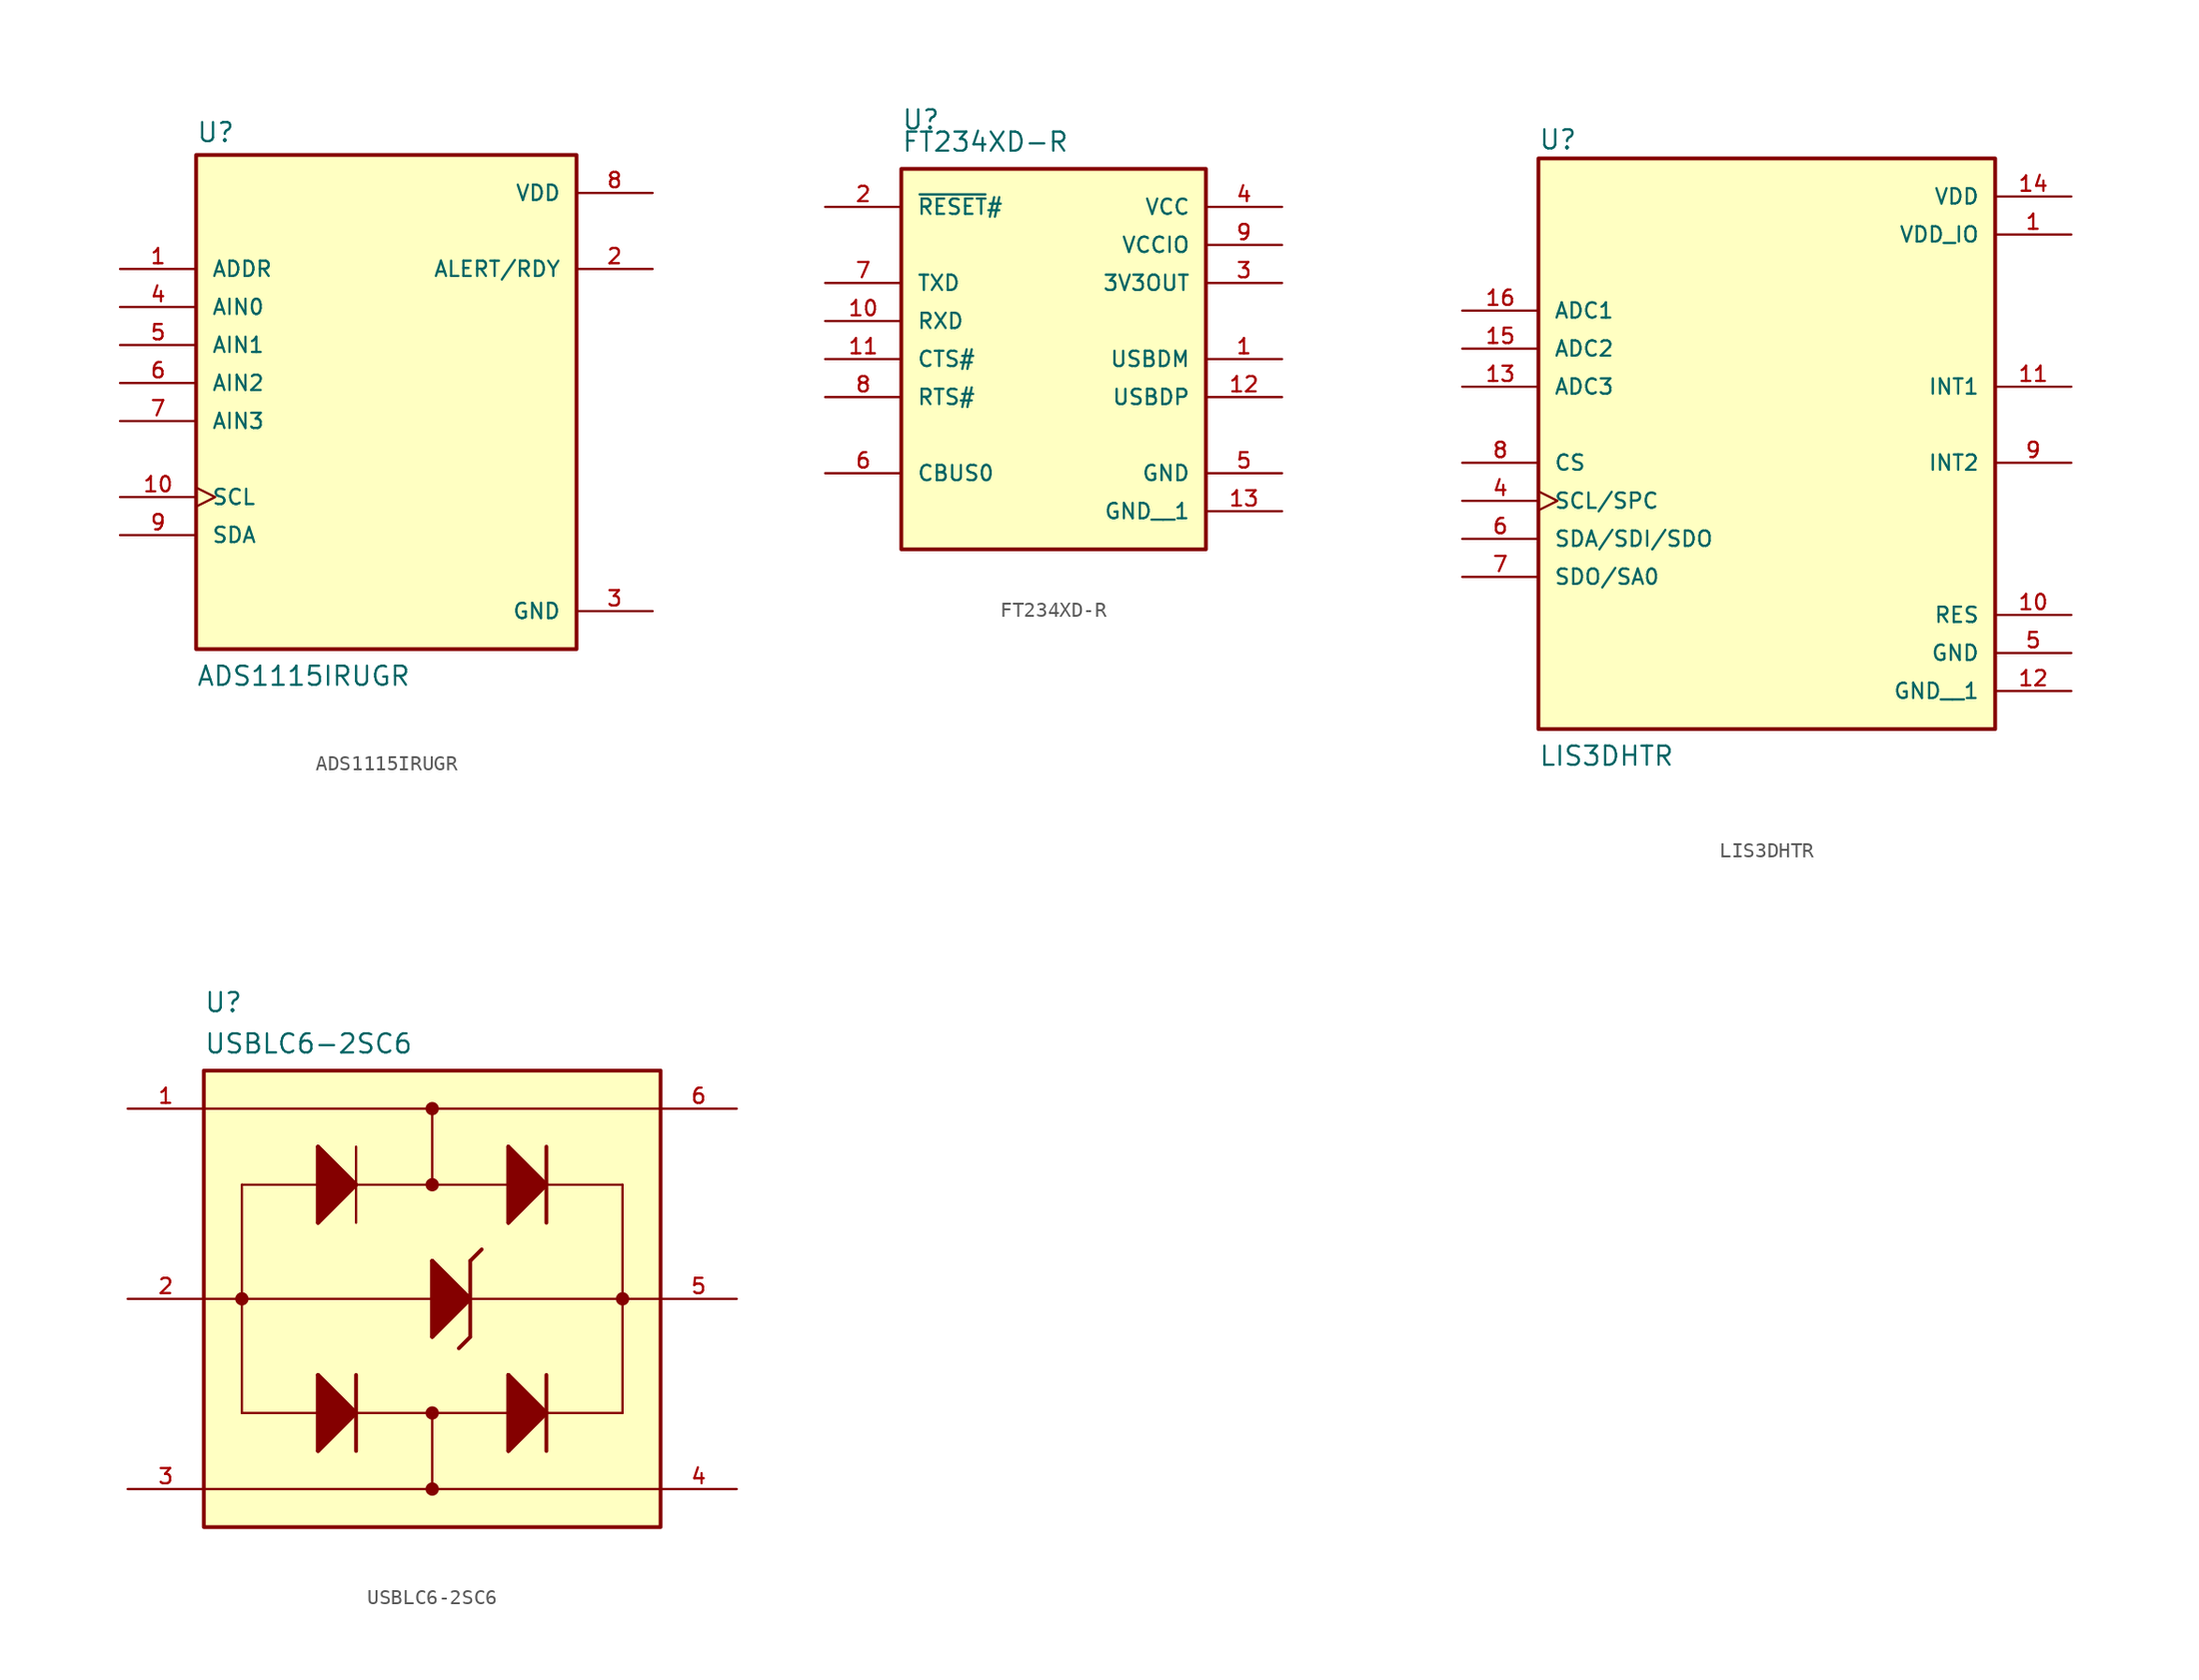
<source format=kicad_sym>
(kicad_symbol_lib
  (version 20220914)
  (generator kicad_symbol_editor)
  (symbol "ADS1115IRUGR"
    (pin_names
      (offset 1.016))
    (property "Reference" "U"
      (at -12.7 18.542 0)
      (effects (font (size 1.27 1.27)) (justify left bottom)))
    (property "Value" "ADS1115IRUGR"
      (at -12.7 -17.78 0)
      (effects (font (size 1.27 1.27)) (justify left bottom)))
    (symbol "ADS1115IRUGR_0_0"
      (rectangle (start -12.7 17.78) (end 12.7 -15.24) (stroke (width 0.254) (type default)) (fill (type background)))
      (pin input line (at -17.78 10.16 0) (length 5.08) (name "ADDR" (effects (font (size 1.016 1.016)))) (number "1" (effects (font (size 1.016 1.016)))))
      (pin input clock (at -17.78 -5.08 0) (length 5.08) (name "SCL" (effects (font (size 1.016 1.016)))) (number "10" (effects (font (size 1.016 1.016)))))
      (pin output line (at 17.78 10.16 180) (length 5.08) (name "ALERT/RDY" (effects (font (size 1.016 1.016)))) (number "2" (effects (font (size 1.016 1.016)))))
      (pin power_in line (at 17.78 -12.7 180) (length 5.08) (name "GND" (effects (font (size 1.016 1.016)))) (number "3" (effects (font (size 1.016 1.016)))))
      (pin input line (at -17.78 7.62 0) (length 5.08) (name "AIN0" (effects (font (size 1.016 1.016)))) (number "4" (effects (font (size 1.016 1.016)))))
      (pin input line (at -17.78 5.08 0) (length 5.08) (name "AIN1" (effects (font (size 1.016 1.016)))) (number "5" (effects (font (size 1.016 1.016)))))
      (pin input line (at -17.78 2.54 0) (length 5.08) (name "AIN2" (effects (font (size 1.016 1.016)))) (number "6" (effects (font (size 1.016 1.016)))))
      (pin input line (at -17.78 0 0) (length 5.08) (name "AIN3" (effects (font (size 1.016 1.016)))) (number "7" (effects (font (size 1.016 1.016)))))
      (pin power_in line (at 17.78 15.24 180) (length 5.08) (name "VDD" (effects (font (size 1.016 1.016)))) (number "8" (effects (font (size 1.016 1.016)))))
      (pin bidirectional line (at -17.78 -7.62 0) (length 5.08) (name "SDA" (effects (font (size 1.016 1.016)))) (number "9" (effects (font (size 1.016 1.016)))))))
  (symbol "FT234XD-R"
    (pin_names
      (offset 1.016))
    (property "Reference" "U"
      (at -10.16 15.24 0)
      (effects (font (size 1.27 1.27)) (justify left bottom)))
    (property "Value" "FT234XD-R"
      (at -10.16 15.24 0)
      (effects (font (size 1.27 1.27)) (justify left top)))
    (symbol "FT234XD-R_0_0"
      (rectangle (start -10.16 12.7) (end 10.16 -12.7) (stroke (width 0.254) (type default)) (fill (type background)))
      (pin bidirectional line (at 15.24 0 180) (length 5.08) (name "USBDM" (effects (font (size 1.016 1.016)))) (number "1" (effects (font (size 1.016 1.016)))))
      (pin input line (at -15.24 2.54 0) (length 5.08) (name "RXD" (effects (font (size 1.016 1.016)))) (number "10" (effects (font (size 1.016 1.016)))))
      (pin input line (at -15.24 0 0) (length 5.08) (name "CTS#" (effects (font (size 1.016 1.016)))) (number "11" (effects (font (size 1.016 1.016)))))
      (pin bidirectional line (at 15.24 -2.54 180) (length 5.08) (name "USBDP" (effects (font (size 1.016 1.016)))) (number "12" (effects (font (size 1.016 1.016)))))
      (pin power_in line (at 15.24 -10.16 180) (length 5.08) (name "GND__1" (effects (font (size 1.016 1.016)))) (number "13" (effects (font (size 1.016 1.016)))))
      (pin input line (at -15.24 10.16 0) (length 5.08) (name "~{RESET}#" (effects (font (size 1.016 1.016)))) (number "2" (effects (font (size 1.016 1.016)))))
      (pin output line (at 15.24 5.08 180) (length 5.08) (name "3V3OUT" (effects (font (size 1.016 1.016)))) (number "3" (effects (font (size 1.016 1.016)))))
      (pin power_in line (at 15.24 10.16 180) (length 5.08) (name "VCC" (effects (font (size 1.016 1.016)))) (number "4" (effects (font (size 1.016 1.016)))))
      (pin power_in line (at 15.24 -7.62 180) (length 5.08) (name "GND" (effects (font (size 1.016 1.016)))) (number "5" (effects (font (size 1.016 1.016)))))
      (pin bidirectional line (at -15.24 -7.62 0) (length 5.08) (name "CBUS0" (effects (font (size 1.016 1.016)))) (number "6" (effects (font (size 1.016 1.016)))))
      (pin output line (at -15.24 5.08 0) (length 5.08) (name "TXD" (effects (font (size 1.016 1.016)))) (number "7" (effects (font (size 1.016 1.016)))))
      (pin output line (at -15.24 -2.54 0) (length 5.08) (name "RTS#" (effects (font (size 1.016 1.016)))) (number "8" (effects (font (size 1.016 1.016)))))
      (pin power_in line (at 15.24 7.62 180) (length 5.08) (name "VCCIO" (effects (font (size 1.016 1.016)))) (number "9" (effects (font (size 1.016 1.016)))))))
  (symbol "LIS3DHTR"
    (pin_names
      (offset 1.016))
    (property "Reference" "U"
      (at -15.246 18.294 0)
      (effects (font (size 1.27 1.27)) (justify left bottom)))
    (property "Value" "LIS3DHTR"
      (at -15.241 -22.861 0)
      (effects (font (size 1.27 1.27)) (justify left bottom)))
    (symbol "LIS3DHTR_0_0"
      (rectangle (start -15.24 17.78) (end 15.24 -20.32) (stroke (width 0.254) (type default)) (fill (type background)))
      (pin power_in line (at 20.32 12.7 180) (length 5.08) (name "VDD_IO" (effects (font (size 1.016 1.016)))) (number "1" (effects (font (size 1.016 1.016)))))
      (pin passive line (at 20.32 -12.7 180) (length 5.08) (name "RES" (effects (font (size 1.016 1.016)))) (number "10" (effects (font (size 1.016 1.016)))))
      (pin output line (at 20.32 2.54 180) (length 5.08) (name "INT1" (effects (font (size 1.016 1.016)))) (number "11" (effects (font (size 1.016 1.016)))))
      (pin power_in line (at 20.32 -17.78 180) (length 5.08) (name "GND__1" (effects (font (size 1.016 1.016)))) (number "12" (effects (font (size 1.016 1.016)))))
      (pin input line (at -20.32 2.54 0) (length 5.08) (name "ADC3" (effects (font (size 1.016 1.016)))) (number "13" (effects (font (size 1.016 1.016)))))
      (pin power_in line (at 20.32 15.24 180) (length 5.08) (name "VDD" (effects (font (size 1.016 1.016)))) (number "14" (effects (font (size 1.016 1.016)))))
      (pin input line (at -20.32 5.08 0) (length 5.08) (name "ADC2" (effects (font (size 1.016 1.016)))) (number "15" (effects (font (size 1.016 1.016)))))
      (pin input line (at -20.32 7.62 0) (length 5.08) (name "ADC1" (effects (font (size 1.016 1.016)))) (number "16" (effects (font (size 1.016 1.016)))))
      (pin input clock (at -20.32 -5.08 0) (length 5.08) (name "SCL/SPC" (effects (font (size 1.016 1.016)))) (number "4" (effects (font (size 1.016 1.016)))))
      (pin power_in line (at 20.32 -15.24 180) (length 5.08) (name "GND" (effects (font (size 1.016 1.016)))) (number "5" (effects (font (size 1.016 1.016)))))
      (pin bidirectional line (at -20.32 -7.62 0) (length 5.08) (name "SDA/SDI/SDO" (effects (font (size 1.016 1.016)))) (number "6" (effects (font (size 1.016 1.016)))))
      (pin bidirectional line (at -20.32 -10.16 0) (length 5.08) (name "SDO/SA0" (effects (font (size 1.016 1.016)))) (number "7" (effects (font (size 1.016 1.016)))))
      (pin input line (at -20.32 -2.54 0) (length 5.08) (name "CS" (effects (font (size 1.016 1.016)))) (number "8" (effects (font (size 1.016 1.016)))))
      (pin output line (at 20.32 -2.54 180) (length 5.08) (name "INT2" (effects (font (size 1.016 1.016)))) (number "9" (effects (font (size 1.016 1.016)))))))
  (symbol "USBLC6-2SC6"
    (pin_names
      (offset 1.016))
    (property "Reference" "U"
      (at -15.24 19.05 0)
      (effects (font (size 1.27 1.27)) (justify left bottom)))
    (property "Value" "USBLC6-2SC6"
      (at -15.24 17.78 0)
      (effects (font (size 1.27 1.27)) (justify left top)))
    (symbol "USBLC6-2SC6_0_0"
      (rectangle (start -15.24 15.24) (end 15.24 -15.24) (stroke (width 0.254) (type default)) (fill (type background)))
      (circle (center -12.7 0) (radius 0.254) (stroke (width 0.381) (type default)) (fill (type none)))
      (circle (center 0 -12.7) (radius 0.254) (stroke (width 0.381) (type default)) (fill (type none)))
      (circle (center 0 -7.62) (radius 0.254) (stroke (width 0.381) (type default)) (fill (type none)))
      (polyline (pts (xy -15.24 -12.7) (xy 0 -12.7)) (stroke (width 0.152) (type default)) (fill (type none)))
      (polyline (pts (xy -15.24 12.7) (xy 0 12.7)) (stroke (width 0.152) (type default)) (fill (type none)))
      (polyline (pts (xy -12.7 -7.62) (xy -7.62 -7.62)) (stroke (width 0.152) (type default)) (fill (type none)))
      (polyline (pts (xy -12.7 0) (xy -15.24 0)) (stroke (width 0.152) (type default)) (fill (type none)))
      (polyline (pts (xy -12.7 0) (xy -12.7 -7.62)) (stroke (width 0.152) (type default)) (fill (type none)))
      (polyline (pts (xy -12.7 0) (xy 0 0)) (stroke (width 0.152) (type default)) (fill (type none)))
      (polyline (pts (xy -12.7 7.62) (xy -12.7 0)) (stroke (width 0.152) (type default)) (fill (type none)))
      (polyline (pts (xy -12.7 7.62) (xy -7.62 7.62)) (stroke (width 0.152) (type default)) (fill (type none)))
      (polyline (pts (xy -7.62 -10.16) (xy -7.62 -7.62)) (stroke (width 0.254) (type default)) (fill (type none)))
      (polyline (pts (xy -7.62 -7.62) (xy -7.62 -5.08)) (stroke (width 0.254) (type default)) (fill (type none)))
      (polyline (pts (xy -7.62 -5.08) (xy -5.08 -7.62)) (stroke (width 0.254) (type default)) (fill (type none)))
      (polyline (pts (xy -7.62 5.08) (xy -7.62 7.62)) (stroke (width 0.254) (type default)) (fill (type none)))
      (polyline (pts (xy -7.62 7.62) (xy -7.62 10.16)) (stroke (width 0.254) (type default)) (fill (type none)))
      (polyline (pts (xy -7.62 10.16) (xy -5.08 7.62)) (stroke (width 0.254) (type default)) (fill (type none)))
      (polyline (pts (xy -5.08 -7.62) (xy -7.62 -10.16)) (stroke (width 0.254) (type default)) (fill (type none)))
      (polyline (pts (xy -5.08 -7.62) (xy -5.08 -10.16)) (stroke (width 0.254) (type default)) (fill (type none)))
      (polyline (pts (xy -5.08 -7.62) (xy 0 -7.62)) (stroke (width 0.152) (type default)) (fill (type none)))
      (polyline (pts (xy -5.08 -5.08) (xy -5.08 -7.62)) (stroke (width 0.254) (type default)) (fill (type none)))
      (polyline (pts (xy -5.08 7.62) (xy -7.62 5.08)) (stroke (width 0.254) (type default)) (fill (type none)))
      (polyline (pts (xy -5.08 7.62) (xy -5.08 5.08)) (stroke (width 0.152) (type default)) (fill (type none)))
      (polyline (pts (xy -5.08 7.62) (xy 0 7.62)) (stroke (width 0.152) (type default)) (fill (type none)))
      (polyline (pts (xy -5.08 10.16) (xy -5.08 7.62)) (stroke (width 0.152) (type default)) (fill (type none)))
      (polyline (pts (xy 0 -7.62) (xy 0 -12.7)) (stroke (width 0.152) (type default)) (fill (type none)))
      (polyline (pts (xy 0 -7.62) (xy 5.08 -7.62)) (stroke (width 0.152) (type default)) (fill (type none)))
      (polyline (pts (xy 0 -2.54) (xy 0 0)) (stroke (width 0.254) (type default)) (fill (type none)))
      (polyline (pts (xy 0 0) (xy 0 2.54)) (stroke (width 0.254) (type default)) (fill (type none)))
      (polyline (pts (xy 0 2.54) (xy 2.54 0)) (stroke (width 0.254) (type default)) (fill (type none)))
      (polyline (pts (xy 0 7.62) (xy 0 12.7)) (stroke (width 0.152) (type default)) (fill (type none)))
      (polyline (pts (xy 0 7.62) (xy 5.08 7.62)) (stroke (width 0.152) (type default)) (fill (type none)))
      (polyline (pts (xy 0 12.7) (xy 15.24 12.7)) (stroke (width 0.152) (type default)) (fill (type none)))
      (polyline (pts (xy 2.54 -2.54) (xy 1.778 -3.302)) (stroke (width 0.254) (type default)) (fill (type none)))
      (polyline (pts (xy 2.54 0) (xy 0 -2.54)) (stroke (width 0.254) (type default)) (fill (type none)))
      (polyline (pts (xy 2.54 0) (xy 12.7 0)) (stroke (width 0.152) (type default)) (fill (type none)))
      (polyline (pts (xy 2.54 2.54) (xy 2.54 -2.54)) (stroke (width 0.254) (type default)) (fill (type none)))
      (polyline (pts (xy 2.54 2.54) (xy 3.302 3.302)) (stroke (width 0.254) (type default)) (fill (type none)))
      (polyline (pts (xy 5.08 -10.16) (xy 5.08 -7.62)) (stroke (width 0.254) (type default)) (fill (type none)))
      (polyline (pts (xy 5.08 -7.62) (xy 5.08 -5.08)) (stroke (width 0.254) (type default)) (fill (type none)))
      (polyline (pts (xy 5.08 -5.08) (xy 7.62 -7.62)) (stroke (width 0.254) (type default)) (fill (type none)))
      (polyline (pts (xy 5.08 5.08) (xy 5.08 7.62)) (stroke (width 0.254) (type default)) (fill (type none)))
      (polyline (pts (xy 5.08 7.62) (xy 5.08 10.16)) (stroke (width 0.254) (type default)) (fill (type none)))
      (polyline (pts (xy 5.08 10.16) (xy 7.62 7.62)) (stroke (width 0.254) (type default)) (fill (type none)))
      (polyline (pts (xy 7.62 -7.62) (xy 5.08 -10.16)) (stroke (width 0.254) (type default)) (fill (type none)))
      (polyline (pts (xy 7.62 -7.62) (xy 7.62 -10.16)) (stroke (width 0.254) (type default)) (fill (type none)))
      (polyline (pts (xy 7.62 -7.62) (xy 12.7 -7.62)) (stroke (width 0.152) (type default)) (fill (type none)))
      (polyline (pts (xy 7.62 -5.08) (xy 7.62 -7.62)) (stroke (width 0.254) (type default)) (fill (type none)))
      (polyline (pts (xy 7.62 7.62) (xy 5.08 5.08)) (stroke (width 0.254) (type default)) (fill (type none)))
      (polyline (pts (xy 7.62 7.62) (xy 7.62 5.08)) (stroke (width 0.254) (type default)) (fill (type none)))
      (polyline (pts (xy 7.62 7.62) (xy 12.7 7.62)) (stroke (width 0.152) (type default)) (fill (type none)))
      (polyline (pts (xy 7.62 10.16) (xy 7.62 7.62)) (stroke (width 0.254) (type default)) (fill (type none)))
      (polyline (pts (xy 12.7 0) (xy 12.7 -7.62)) (stroke (width 0.152) (type default)) (fill (type none)))
      (polyline (pts (xy 12.7 0) (xy 15.24 0)) (stroke (width 0.152) (type default)) (fill (type none)))
      (polyline (pts (xy 12.7 7.62) (xy 12.7 0)) (stroke (width 0.152) (type default)) (fill (type none)))
      (polyline (pts (xy 15.24 -12.7) (xy 0 -12.7)) (stroke (width 0.152) (type default)) (fill (type none)))
      (polyline (pts (xy -7.62 -5.08) (xy -7.62 -10.16) (xy -5.08 -7.62) (xy -7.62 -5.08)) (stroke (width 0.254) (type default)) (fill (type outline)))
      (polyline (pts (xy -7.62 10.16) (xy -7.62 5.08) (xy -5.08 7.62) (xy -7.62 10.16)) (stroke (width 0.254) (type default)) (fill (type outline)))
      (polyline (pts (xy 0 2.54) (xy 0 -2.54) (xy 2.54 0) (xy 0 2.54)) (stroke (width 0.254) (type default)) (fill (type outline)))
      (polyline (pts (xy 5.08 -5.08) (xy 5.08 -10.16) (xy 7.62 -7.62) (xy 5.08 -5.08)) (stroke (width 0.254) (type default)) (fill (type outline)))
      (polyline (pts (xy 5.08 10.16) (xy 5.08 5.08) (xy 7.62 7.62) (xy 5.08 10.16)) (stroke (width 0.254) (type default)) (fill (type outline)))
      (circle (center 0 7.62) (radius 0.254) (stroke (width 0.381) (type default)) (fill (type none)))
      (circle (center 0 12.7) (radius 0.254) (stroke (width 0.381) (type default)) (fill (type none)))
      (circle (center 12.7 0) (radius 0.254) (stroke (width 0.381) (type default)) (fill (type none)))
      (pin bidirectional line (at -20.32 12.7 0) (length 5.08) (name "~" (effects (font (size 1.016 1.016)))) (number "1" (effects (font (size 1.016 1.016)))))
      (pin power_in line (at -20.32 0 0) (length 5.08) (name "~" (effects (font (size 1.016 1.016)))) (number "2" (effects (font (size 1.016 1.016)))))
      (pin bidirectional line (at -20.32 -12.7 0) (length 5.08) (name "~" (effects (font (size 1.016 1.016)))) (number "3" (effects (font (size 1.016 1.016)))))
      (pin bidirectional line (at 20.32 -12.7 180) (length 5.08) (name "~" (effects (font (size 1.016 1.016)))) (number "4" (effects (font (size 1.016 1.016)))))
      (pin power_in line (at 20.32 0 180) (length 5.08) (name "~" (effects (font (size 1.016 1.016)))) (number "5" (effects (font (size 1.016 1.016)))))
      (pin bidirectional line (at 20.32 12.7 180) (length 5.08) (name "~" (effects (font (size 1.016 1.016)))) (number "6" (effects (font (size 1.016 1.016))))))))
</source>
